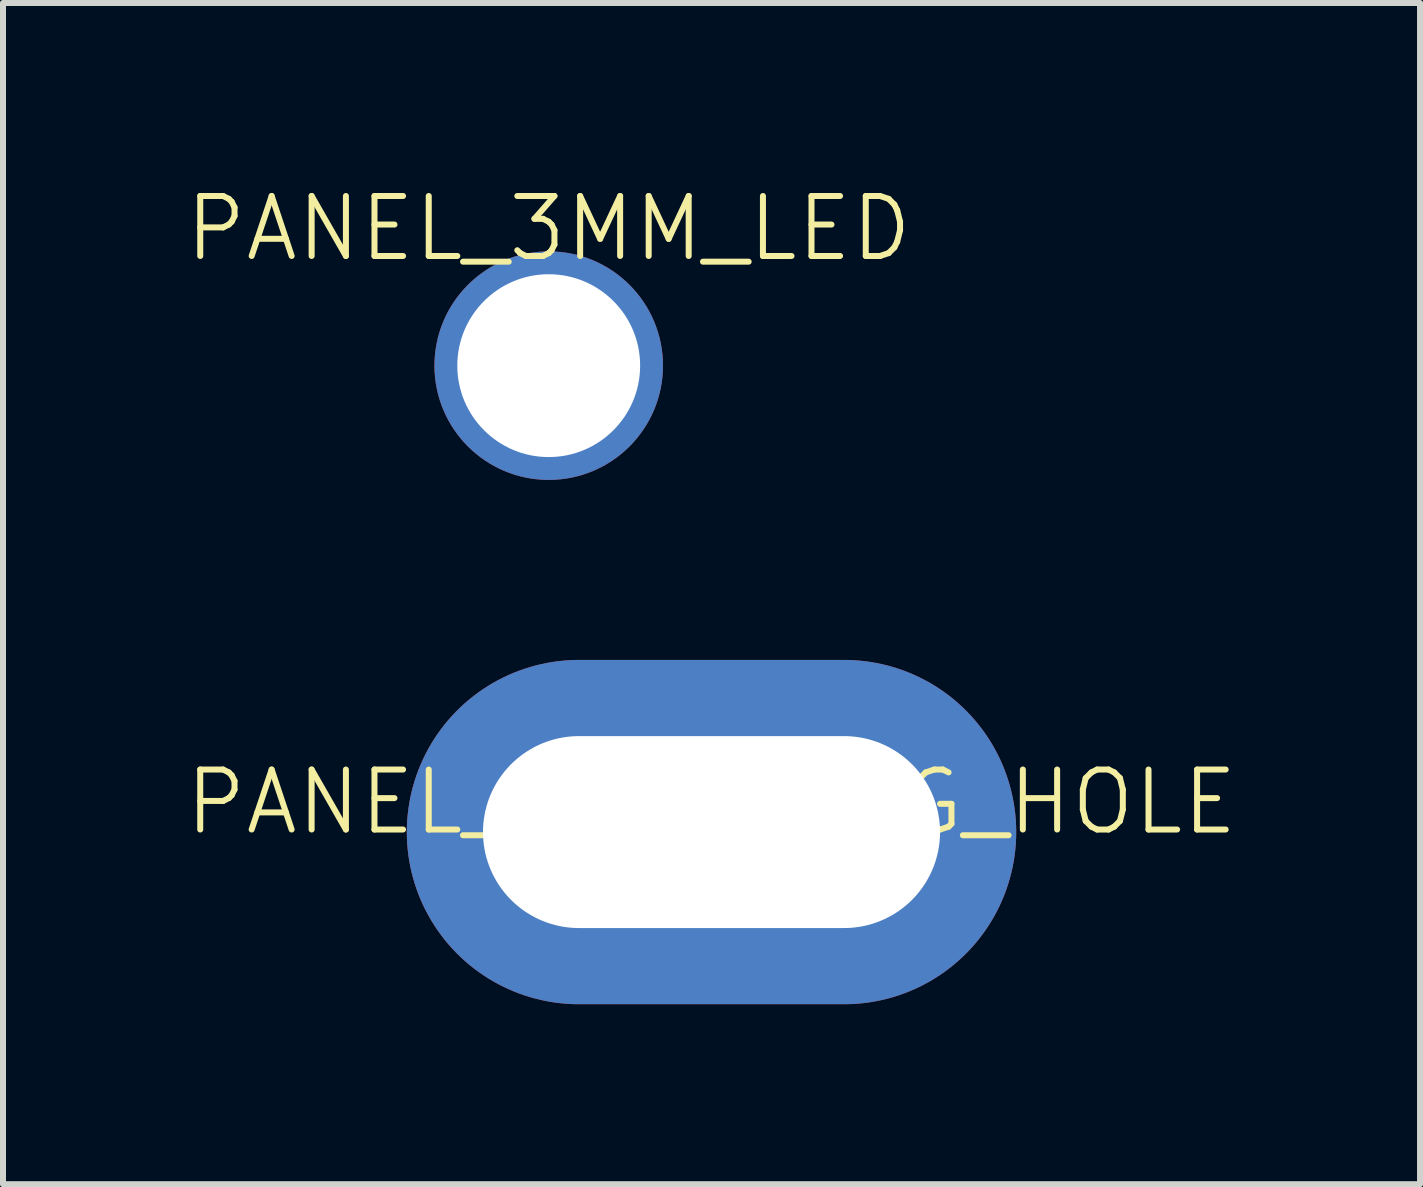
<source format=kicad_pcb>
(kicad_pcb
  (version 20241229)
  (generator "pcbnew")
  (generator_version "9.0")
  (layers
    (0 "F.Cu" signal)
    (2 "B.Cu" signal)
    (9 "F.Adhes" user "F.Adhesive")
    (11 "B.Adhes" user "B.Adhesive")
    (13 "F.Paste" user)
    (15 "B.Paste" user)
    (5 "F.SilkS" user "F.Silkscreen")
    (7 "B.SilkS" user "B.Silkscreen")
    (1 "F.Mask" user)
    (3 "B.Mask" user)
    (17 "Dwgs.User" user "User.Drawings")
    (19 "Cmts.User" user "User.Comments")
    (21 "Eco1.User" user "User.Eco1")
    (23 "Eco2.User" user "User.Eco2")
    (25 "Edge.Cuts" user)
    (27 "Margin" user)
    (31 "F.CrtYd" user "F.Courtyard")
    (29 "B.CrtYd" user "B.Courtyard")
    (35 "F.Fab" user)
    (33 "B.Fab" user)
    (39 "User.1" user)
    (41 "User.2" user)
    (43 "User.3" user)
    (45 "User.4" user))
  (footprint "PANEL_MOUNTING_HOLE"
    (layer "F.Cu")
    (at 8.812 10.822)
    (property "Reference" "PANEL_MOUNTING_HOLE" (at 0 -0.5 0) (unlocked yes) (layer "F.SilkS") (effects (font (size 1 1) (thickness 0.1))))
    (attr through_hole)
    (pad "" thru_hole oval (at 0 0) (size 10.16 5.74) (drill oval 7.62 3.2) (layers "*.Cu" "*.Mask")))
  (footprint "PANEL_3MM_LED"
    (layer "F.Cu")
    (at 6.098 3.046)
    (property "Reference" "PANEL_3MM_LED" (at 0 -2.286 0) (unlocked yes) (layer "F.SilkS") (effects (font (size 1 1) (thickness 0.1))))
    (attr through_hole)
    (pad "" thru_hole circle (at 0 0) (size 3.81 3.81) (drill 3.048) (layers "*.Cu" "*.Mask")))
  (gr_rect
    (start -3 -3)
    (end 20.624 16.692)
    (stroke (width 0.1) (type default))
    (fill no)
    (layer "Edge.Cuts")))
</source>
